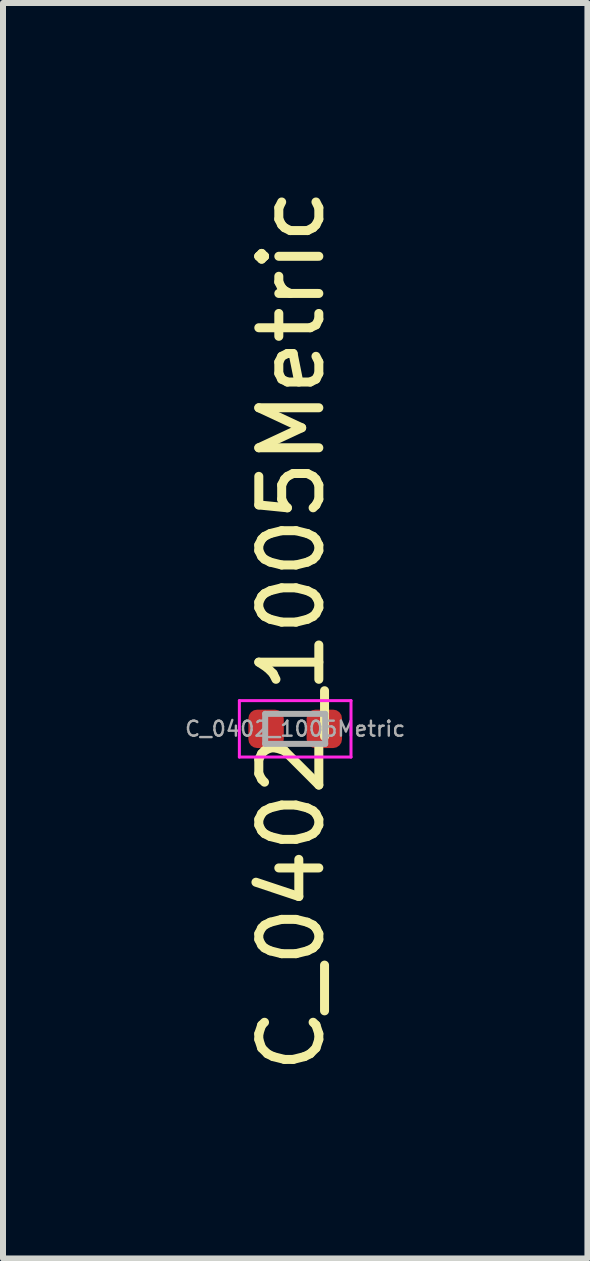
<source format=kicad_pcb>
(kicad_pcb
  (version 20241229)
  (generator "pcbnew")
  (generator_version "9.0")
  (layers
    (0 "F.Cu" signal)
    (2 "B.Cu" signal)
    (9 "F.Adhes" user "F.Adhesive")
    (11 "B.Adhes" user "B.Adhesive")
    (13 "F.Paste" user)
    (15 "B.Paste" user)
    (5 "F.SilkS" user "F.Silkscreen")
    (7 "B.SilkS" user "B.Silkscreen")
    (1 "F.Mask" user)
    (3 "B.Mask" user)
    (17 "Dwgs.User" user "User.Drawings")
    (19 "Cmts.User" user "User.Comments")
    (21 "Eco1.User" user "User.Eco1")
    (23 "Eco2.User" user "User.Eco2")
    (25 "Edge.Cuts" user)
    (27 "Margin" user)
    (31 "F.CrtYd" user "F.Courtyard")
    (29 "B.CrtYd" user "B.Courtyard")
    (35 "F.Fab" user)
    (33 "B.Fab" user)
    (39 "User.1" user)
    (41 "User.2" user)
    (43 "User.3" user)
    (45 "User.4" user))
  (footprint "C_0402_1005Metric"
    (layer "F.Cu")
    (at 1.868 9.093)
    (property "Reference" "C_0402_1005Metric" (at -0.061 -1.635 90) (layer "F.SilkS") (effects (font (size 1 1) (thickness 0.15))))
    (attr smd)
    (fp_line (start -0.93 -0.47) (end 0.93 -0.47) (stroke (width 0.05) (type solid)) (layer "F.CrtYd"))
    (fp_line (start -0.93 0.47) (end -0.93 -0.47) (stroke (width 0.05) (type solid)) (layer "F.CrtYd"))
    (fp_line (start 0.93 -0.47) (end 0.93 0.47) (stroke (width 0.05) (type solid)) (layer "F.CrtYd"))
    (fp_line (start 0.93 0.47) (end -0.93 0.47) (stroke (width 0.05) (type solid)) (layer "F.CrtYd"))
    (fp_line (start -0.5 -0.25) (end 0.5 -0.25) (stroke (width 0.1) (type solid)) (layer "F.Fab"))
    (fp_line (start -0.5 0.25) (end -0.5 -0.25) (stroke (width 0.1) (type solid)) (layer "F.Fab"))
    (fp_line (start 0.5 -0.25) (end 0.5 0.25) (stroke (width 0.1) (type solid)) (layer "F.Fab"))
    (fp_line (start 0.5 0.25) (end -0.5 0.25) (stroke (width 0.1) (type solid)) (layer "F.Fab"))
    (fp_text user "${REFERENCE}" (at 0 0 0) (layer "F.Fab") (effects (font (size 0.25 0.25) (thickness 0.04))))
    (pad "1" smd roundrect (at -0.485 0) (size 0.59 0.64) (layers "F.Cu" "F.Mask" "F.Paste") (roundrect_rratio 0.25))
    (pad "2" smd roundrect (at 0.485 0) (size 0.59 0.64) (layers "F.Cu" "F.Mask" "F.Paste") (roundrect_rratio 0.25)))
  (gr_rect
    (start -3 -3)
    (end 6.737 17.917)
    (stroke (width 0.1) (type default))
    (fill no)
    (layer "Edge.Cuts")))
</source>
